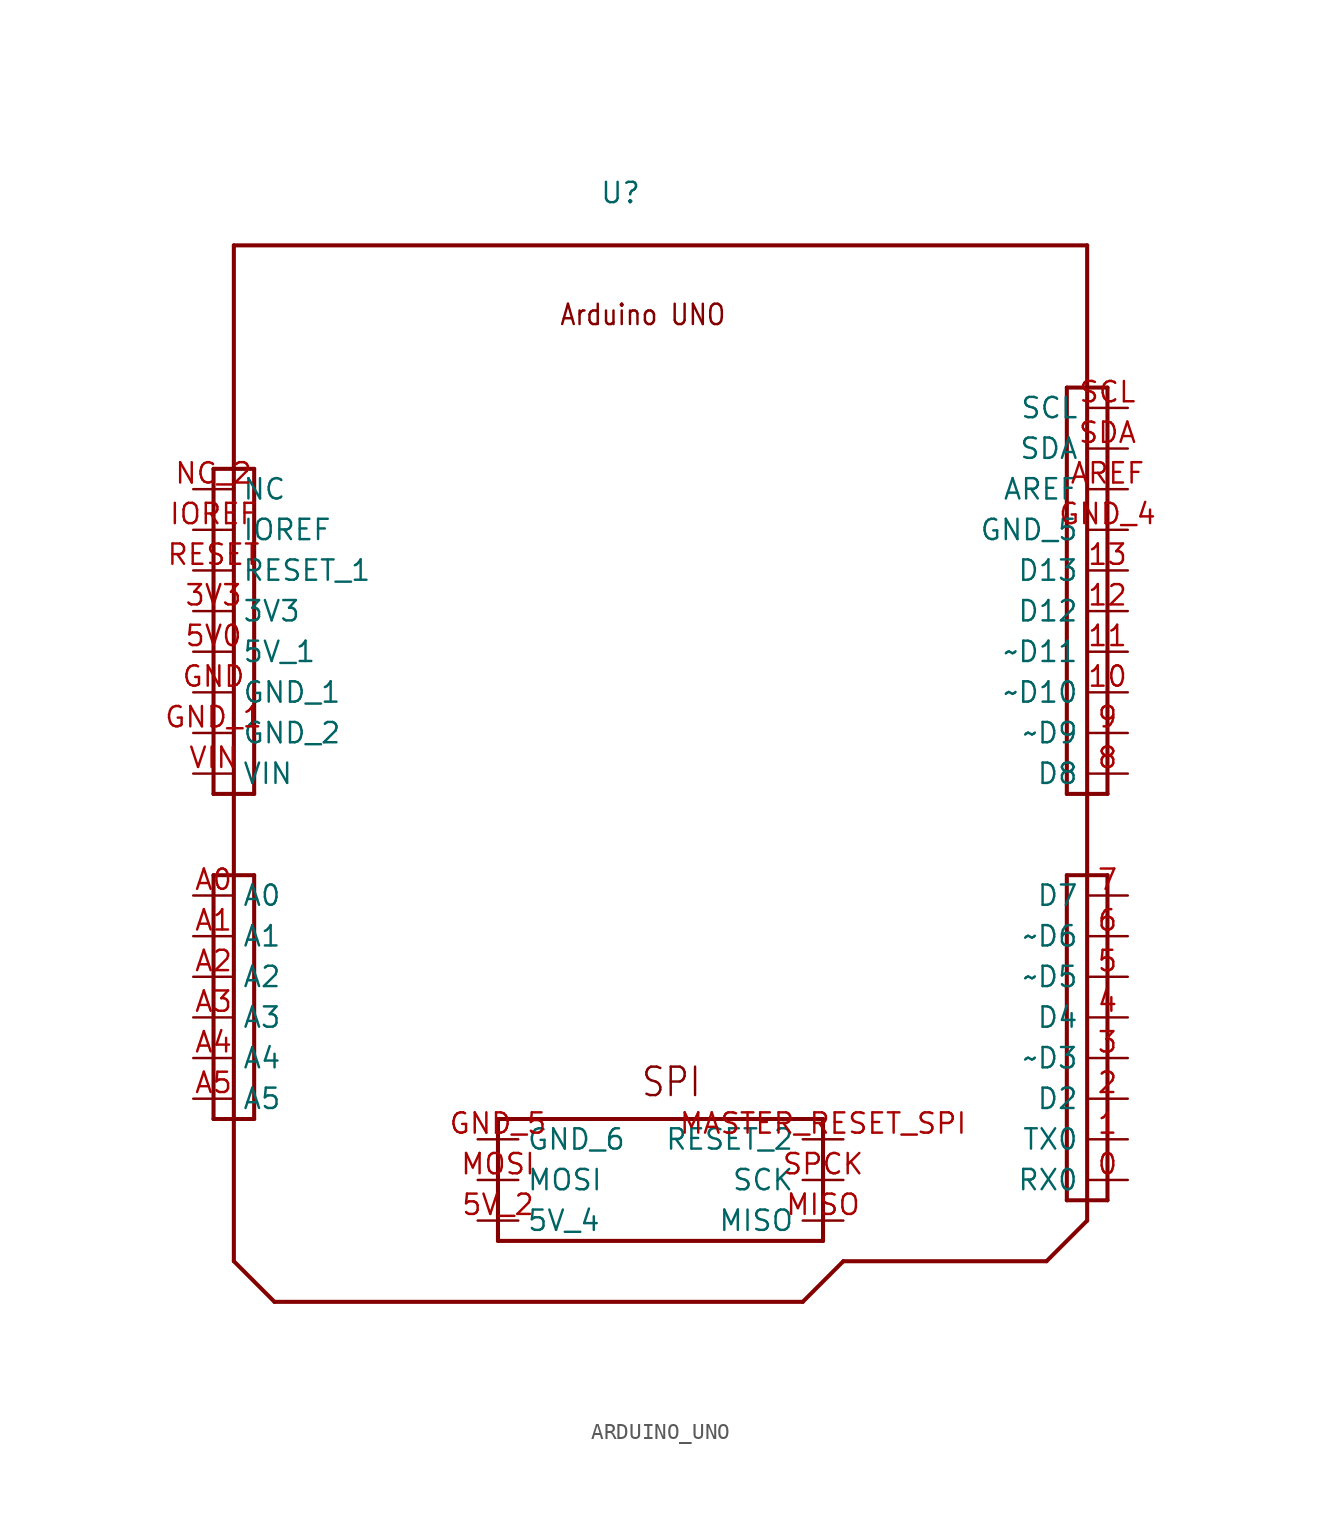
<source format=kicad_sym>
(kicad_symbol_lib
  (version 20211014)
  (generator kicad_symbol_editor)
  (symbol "ARDUINO_UNO"
    (pin_names)
    (property "Reference" "U"
      (at 22.86 2.54 0)
      (effects (font (size 1.27 1.27)) (justify left bottom)))
    (property "Datasheet" ""
      (at 0 0 0))
    (property "ki_description" "https://content.arduino.cc/assets/Pinout-UNOrev3_latest.pdf?_gl=1*1jrqfnx*_ga*Mzk2NjQ1OTcxLjE2NDM5MTY1NTQ.*_ga_NEXN8H46L5*MTY0NDM0OTcxMy42LjEuMTY0NDM0OTcxNi4w "
      (at 0 0 0))
    (property "ki_fp_filters" "FlashPCB_DevBoards:ARDUINO_UNO FlashPCB_DevBoards:ARDUINO_UNO_SHIELD"
      (at 0 0 0))
    (symbol "ARDUINO_UNO_1_1"
      (text "Arduino UNO" (at 20.32 -5.08 0) (effects (font (size 1.27 1.086)) (justify left bottom)))
      (text "SPI" (at 25.4 -53.34 0) (effects (font (size 1.778 1.52)) (justify left bottom)))
      (polyline (pts (xy -1.27 -39.37) (xy 1.27 -39.37)) (stroke (width 0.254)) (fill (type none)))
      (polyline (pts (xy 1.27 -39.37) (xy 1.27 -54.61)) (stroke (width 0.254)) (fill (type none)))
      (polyline (pts (xy 1.27 -54.61) (xy -1.27 -54.61)) (stroke (width 0.254)) (fill (type none)))
      (polyline (pts (xy -1.27 -54.61) (xy -1.27 -39.37)) (stroke (width 0.254)) (fill (type none)))
      (polyline (pts (xy 52.07 -39.37) (xy 54.61 -39.37)) (stroke (width 0.254)) (fill (type none)))
      (polyline (pts (xy 54.61 -39.37) (xy 54.61 -59.69)) (stroke (width 0.254)) (fill (type none)))
      (polyline (pts (xy 54.61 -59.69) (xy 52.07 -59.69)) (stroke (width 0.254)) (fill (type none)))
      (polyline (pts (xy 52.07 -59.69) (xy 52.07 -39.37)) (stroke (width 0.254)) (fill (type none)))
      (polyline (pts (xy -1.27 -13.97) (xy 1.27 -13.97)) (stroke (width 0.254)) (fill (type none)))
      (polyline (pts (xy 1.27 -13.97) (xy 1.27 -34.29)) (stroke (width 0.254)) (fill (type none)))
      (polyline (pts (xy 1.27 -34.29) (xy -1.27 -34.29)) (stroke (width 0.254)) (fill (type none)))
      (polyline (pts (xy -1.27 -34.29) (xy -1.27 -13.97)) (stroke (width 0.254)) (fill (type none)))
      (polyline (pts (xy 52.07 -8.89) (xy 54.61 -8.89)) (stroke (width 0.254)) (fill (type none)))
      (polyline (pts (xy 54.61 -8.89) (xy 54.61 -34.29)) (stroke (width 0.254)) (fill (type none)))
      (polyline (pts (xy 54.61 -34.29) (xy 52.07 -34.29)) (stroke (width 0.254)) (fill (type none)))
      (polyline (pts (xy 52.07 -34.29) (xy 52.07 -8.89)) (stroke (width 0.254)) (fill (type none)))
      (polyline (pts (xy 36.83 -54.61) (xy 36.83 -62.23)) (stroke (width 0.254)) (fill (type none)))
      (polyline (pts (xy 36.83 -62.23) (xy 16.51 -62.23)) (stroke (width 0.254)) (fill (type none)))
      (polyline (pts (xy 16.51 -62.23) (xy 16.51 -54.61)) (stroke (width 0.254)) (fill (type none)))
      (polyline (pts (xy 16.51 -54.61) (xy 36.83 -54.61)) (stroke (width 0.254)) (fill (type none)))
      (polyline (pts (xy 0 0) (xy 53.34 0)) (stroke (width 0.254)) (fill (type none)))
      (polyline (pts (xy 53.34 0) (xy 53.34 -60.96)) (stroke (width 0.254)) (fill (type none)))
      (polyline (pts (xy 53.34 -60.96) (xy 50.8 -63.5)) (stroke (width 0.254)) (fill (type none)))
      (polyline (pts (xy 50.8 -63.5) (xy 38.1 -63.5)) (stroke (width 0.254)) (fill (type none)))
      (polyline (pts (xy 38.1 -63.5) (xy 35.56 -66.04)) (stroke (width 0.254)) (fill (type none)))
      (polyline (pts (xy 35.56 -66.04) (xy 2.54 -66.04)) (stroke (width 0.254)) (fill (type none)))
      (polyline (pts (xy 2.54 -66.04) (xy 0 -63.5)) (stroke (width 0.254)) (fill (type none)))
      (polyline (pts (xy 0 -63.5) (xy 0 0)) (stroke (width 0.254)) (fill (type none)))
      (pin bidirectional line (at -2.54 -15.24 0) (length 2.54) (name "NC" (effects (font (size 1.27 1.27)))) (number "NC_2" (effects (font (size 1.27 1.27)))))
      (pin bidirectional line (at -2.54 -17.78 0) (length 2.54) (name "IOREF" (effects (font (size 1.27 1.27)))) (number "IOREF" (effects (font (size 1.27 1.27)))))
      (pin bidirectional line (at -2.54 -20.32 0) (length 2.54) (name "RESET_1" (effects (font (size 1.27 1.27)))) (number "RESET" (effects (font (size 1.27 1.27)))))
      (pin bidirectional line (at -2.54 -22.86 0) (length 2.54) (name "3V3" (effects (font (size 1.27 1.27)))) (number "3V3" (effects (font (size 1.27 1.27)))))
      (pin bidirectional line (at -2.54 -25.4 0) (length 2.54) (name "5V_1" (effects (font (size 1.27 1.27)))) (number "5V0" (effects (font (size 1.27 1.27)))))
      (pin bidirectional line (at -2.54 -27.94 0) (length 2.54) (name "GND_1" (effects (font (size 1.27 1.27)))) (number "GND" (effects (font (size 1.27 1.27)))))
      (pin bidirectional line (at -2.54 -30.48 0) (length 2.54) (name "GND_2" (effects (font (size 1.27 1.27)))) (number "GND_1" (effects (font (size 1.27 1.27)))))
      (pin bidirectional line (at -2.54 -33.02 0) (length 2.54) (name "VIN" (effects (font (size 1.27 1.27)))) (number "VIN" (effects (font (size 1.27 1.27)))))
      (pin bidirectional line (at -2.54 -40.64 0) (length 2.54) (name "A0" (effects (font (size 1.27 1.27)))) (number "A0" (effects (font (size 1.27 1.27)))))
      (pin bidirectional line (at -2.54 -43.18 0) (length 2.54) (name "A1" (effects (font (size 1.27 1.27)))) (number "A1" (effects (font (size 1.27 1.27)))))
      (pin bidirectional line (at -2.54 -45.72 0) (length 2.54) (name "A2" (effects (font (size 1.27 1.27)))) (number "A2" (effects (font (size 1.27 1.27)))))
      (pin bidirectional line (at -2.54 -48.26 0) (length 2.54) (name "A3" (effects (font (size 1.27 1.27)))) (number "A3" (effects (font (size 1.27 1.27)))))
      (pin bidirectional line (at -2.54 -50.8 0) (length 2.54) (name "A4" (effects (font (size 1.27 1.27)))) (number "A4" (effects (font (size 1.27 1.27)))))
      (pin bidirectional line (at -2.54 -53.34 0) (length 2.54) (name "A5" (effects (font (size 1.27 1.27)))) (number "A5" (effects (font (size 1.27 1.27)))))
      (pin bidirectional line (at 55.88 -58.42 180) (length 2.54) (name "RX0" (effects (font (size 1.27 1.27)))) (number "0" (effects (font (size 1.27 1.27)))))
      (pin bidirectional line (at 55.88 -55.88 180) (length 2.54) (name "TX0" (effects (font (size 1.27 1.27)))) (number "1" (effects (font (size 1.27 1.27)))))
      (pin bidirectional line (at 55.88 -53.34 180) (length 2.54) (name "D2" (effects (font (size 1.27 1.27)))) (number "2" (effects (font (size 1.27 1.27)))))
      (pin bidirectional line (at 55.88 -50.8 180) (length 2.54) (name "~D3" (effects (font (size 1.27 1.27)))) (number "3" (effects (font (size 1.27 1.27)))))
      (pin bidirectional line (at 55.88 -48.26 180) (length 2.54) (name "D4" (effects (font (size 1.27 1.27)))) (number "4" (effects (font (size 1.27 1.27)))))
      (pin bidirectional line (at 55.88 -45.72 180) (length 2.54) (name "~D5" (effects (font (size 1.27 1.27)))) (number "5" (effects (font (size 1.27 1.27)))))
      (pin bidirectional line (at 55.88 -43.18 180) (length 2.54) (name "~D6" (effects (font (size 1.27 1.27)))) (number "6" (effects (font (size 1.27 1.27)))))
      (pin bidirectional line (at 55.88 -40.64 180) (length 2.54) (name "D7" (effects (font (size 1.27 1.27)))) (number "7" (effects (font (size 1.27 1.27)))))
      (pin bidirectional line (at 55.88 -33.02 180) (length 2.54) (name "D8" (effects (font (size 1.27 1.27)))) (number "8" (effects (font (size 1.27 1.27)))))
      (pin bidirectional line (at 55.88 -30.48 180) (length 2.54) (name "~D9" (effects (font (size 1.27 1.27)))) (number "9" (effects (font (size 1.27 1.27)))))
      (pin bidirectional line (at 55.88 -27.94 180) (length 2.54) (name "~D10" (effects (font (size 1.27 1.27)))) (number "10" (effects (font (size 1.27 1.27)))))
      (pin bidirectional line (at 55.88 -25.4 180) (length 2.54) (name "~D11" (effects (font (size 1.27 1.27)))) (number "11" (effects (font (size 1.27 1.27)))))
      (pin bidirectional line (at 55.88 -22.86 180) (length 2.54) (name "D12" (effects (font (size 1.27 1.27)))) (number "12" (effects (font (size 1.27 1.27)))))
      (pin bidirectional line (at 55.88 -20.32 180) (length 2.54) (name "D13" (effects (font (size 1.27 1.27)))) (number "13" (effects (font (size 1.27 1.27)))))
      (pin bidirectional line (at 55.88 -17.78 180) (length 2.54) (name "GND_5" (effects (font (size 1.27 1.27)))) (number "GND_4" (effects (font (size 1.27 1.27)))))
      (pin bidirectional line (at 55.88 -15.24 180) (length 2.54) (name "AREF" (effects (font (size 1.27 1.27)))) (number "AREF" (effects (font (size 1.27 1.27)))))
      (pin bidirectional line (at 55.88 -12.7 180) (length 2.54) (name "SDA" (effects (font (size 1.27 1.27)))) (number "SDA" (effects (font (size 1.27 1.27)))))
      (pin bidirectional line (at 55.88 -10.16 180) (length 2.54) (name "SCL" (effects (font (size 1.27 1.27)))) (number "SCL" (effects (font (size 1.27 1.27)))))
      (pin bidirectional line (at 38.1 -55.88 180) (length 2.54) (name "RESET_2" (effects (font (size 1.27 1.27)))) (number "MASTER_RESET_SPI" (effects (font (size 1.27 1.27)))))
      (pin bidirectional line (at 15.24 -55.88 0) (length 2.54) (name "GND_6" (effects (font (size 1.27 1.27)))) (number "GND_5" (effects (font (size 1.27 1.27)))))
      (pin bidirectional line (at 15.24 -58.42 0) (length 2.54) (name "MOSI" (effects (font (size 1.27 1.27)))) (number "MOSI" (effects (font (size 1.27 1.27)))))
      (pin bidirectional line (at 38.1 -58.42 180) (length 2.54) (name "SCK" (effects (font (size 1.27 1.27)))) (number "SPCK" (effects (font (size 1.27 1.27)))))
      (pin bidirectional line (at 38.1 -60.96 180) (length 2.54) (name "MISO" (effects (font (size 1.27 1.27)))) (number "MISO" (effects (font (size 1.27 1.27)))))
      (pin bidirectional line (at 15.24 -60.96 0) (length 2.54) (name "5V_4" (effects (font (size 1.27 1.27)))) (number "5V_2" (effects (font (size 1.27 1.27))))))))
</source>
